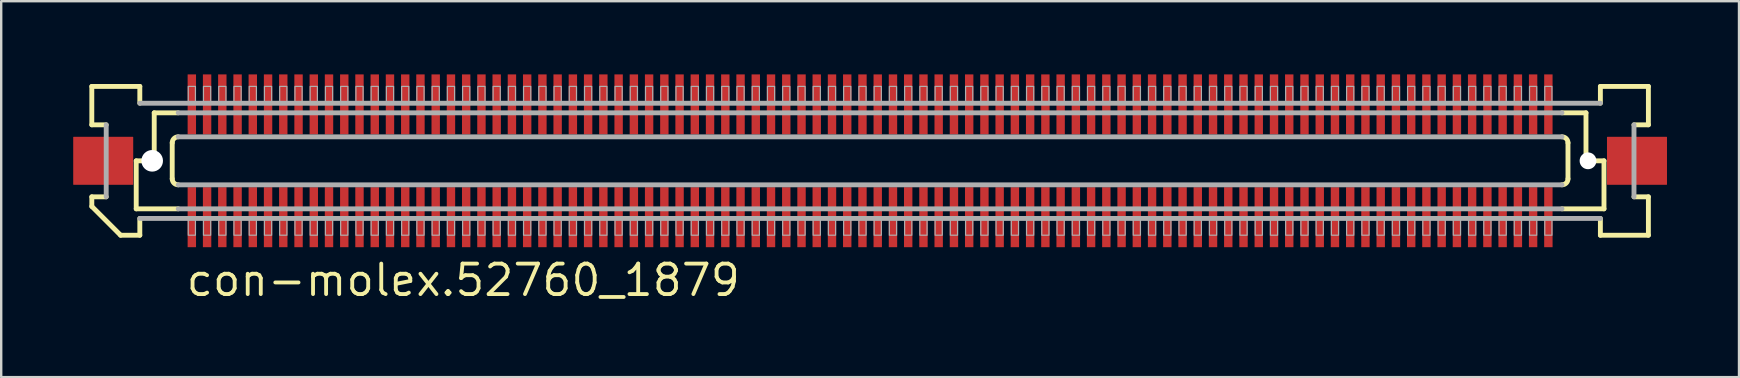
<source format=kicad_pcb>
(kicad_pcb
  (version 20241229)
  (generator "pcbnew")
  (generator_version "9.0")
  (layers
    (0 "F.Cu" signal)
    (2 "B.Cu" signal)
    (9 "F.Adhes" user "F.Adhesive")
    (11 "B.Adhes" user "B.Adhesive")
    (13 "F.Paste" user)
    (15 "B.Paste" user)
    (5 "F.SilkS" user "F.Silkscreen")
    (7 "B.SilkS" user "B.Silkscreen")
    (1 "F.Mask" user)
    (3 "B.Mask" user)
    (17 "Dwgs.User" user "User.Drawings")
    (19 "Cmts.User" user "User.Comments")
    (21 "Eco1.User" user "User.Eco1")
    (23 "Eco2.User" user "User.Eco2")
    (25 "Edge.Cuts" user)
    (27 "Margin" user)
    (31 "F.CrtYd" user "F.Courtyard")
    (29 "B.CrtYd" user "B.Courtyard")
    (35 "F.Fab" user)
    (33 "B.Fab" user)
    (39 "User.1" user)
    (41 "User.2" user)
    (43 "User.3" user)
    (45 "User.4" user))
  (footprint "con-molex.52760_1879"
    (layer "F.Cu")
    (at 33.2 3.65)
    (property "Reference" "con-molex.52760_1879" (at -28.575 5.715 0) (layer "F.SilkS") (effects (font (size 1.27 1.27) (thickness 0.16)) (justify left bottom)))
    (attr smd)
    (fp_rect (start -28.457 -1.075) (end -28.058 -3.625) (stroke (width 0.05) (type default)) (fill yes) (layer "F.Mask"))
    (fp_rect (start -28.457 3.625) (end -28.058 1.075) (stroke (width 0.05) (type default)) (fill yes) (layer "F.Mask"))
    (fp_rect (start -27.823 -1.075) (end -27.422 -3.625) (stroke (width 0.05) (type default)) (fill yes) (layer "F.Mask"))
    (fp_rect (start -27.823 3.625) (end -27.422 1.075) (stroke (width 0.05) (type default)) (fill yes) (layer "F.Mask"))
    (fp_rect (start -27.188 -1.075) (end -26.788 -3.625) (stroke (width 0.05) (type default)) (fill yes) (layer "F.Mask"))
    (fp_rect (start -27.188 3.625) (end -26.788 1.075) (stroke (width 0.05) (type default)) (fill yes) (layer "F.Mask"))
    (fp_rect (start -26.552 -1.075) (end -26.152 -3.625) (stroke (width 0.05) (type default)) (fill yes) (layer "F.Mask"))
    (fp_rect (start -26.552 3.625) (end -26.152 1.075) (stroke (width 0.05) (type default)) (fill yes) (layer "F.Mask"))
    (fp_rect (start -25.918 -1.075) (end -25.517 -3.625) (stroke (width 0.05) (type default)) (fill yes) (layer "F.Mask"))
    (fp_rect (start -25.918 3.625) (end -25.517 1.075) (stroke (width 0.05) (type default)) (fill yes) (layer "F.Mask"))
    (fp_rect (start -25.282 -1.075) (end -24.883 -3.625) (stroke (width 0.05) (type default)) (fill yes) (layer "F.Mask"))
    (fp_rect (start -25.282 3.625) (end -24.883 1.075) (stroke (width 0.05) (type default)) (fill yes) (layer "F.Mask"))
    (fp_rect (start -24.648 -1.075) (end -24.247 -3.625) (stroke (width 0.05) (type default)) (fill yes) (layer "F.Mask"))
    (fp_rect (start -24.648 3.625) (end -24.247 1.075) (stroke (width 0.05) (type default)) (fill yes) (layer "F.Mask"))
    (fp_rect (start -24.012 -1.075) (end -23.613 -3.625) (stroke (width 0.05) (type default)) (fill yes) (layer "F.Mask"))
    (fp_rect (start -24.012 3.625) (end -23.613 1.075) (stroke (width 0.05) (type default)) (fill yes) (layer "F.Mask"))
    (fp_rect (start -23.378 -1.075) (end -22.977 -3.625) (stroke (width 0.05) (type default)) (fill yes) (layer "F.Mask"))
    (fp_rect (start -23.378 3.625) (end -22.977 1.075) (stroke (width 0.05) (type default)) (fill yes) (layer "F.Mask"))
    (fp_rect (start -22.742 -1.075) (end -22.343 -3.625) (stroke (width 0.05) (type default)) (fill yes) (layer "F.Mask"))
    (fp_rect (start -22.742 3.625) (end -22.343 1.075) (stroke (width 0.05) (type default)) (fill yes) (layer "F.Mask"))
    (fp_rect (start -22.108 -1.075) (end -21.707 -3.625) (stroke (width 0.05) (type default)) (fill yes) (layer "F.Mask"))
    (fp_rect (start -22.108 3.625) (end -21.707 1.075) (stroke (width 0.05) (type default)) (fill yes) (layer "F.Mask"))
    (fp_rect (start -21.473 -1.075) (end -21.073 -3.625) (stroke (width 0.05) (type default)) (fill yes) (layer "F.Mask"))
    (fp_rect (start -21.473 3.625) (end -21.073 1.075) (stroke (width 0.05) (type default)) (fill yes) (layer "F.Mask"))
    (fp_rect (start -20.837 -1.075) (end -20.438 -3.625) (stroke (width 0.05) (type default)) (fill yes) (layer "F.Mask"))
    (fp_rect (start -20.837 3.625) (end -20.438 1.075) (stroke (width 0.05) (type default)) (fill yes) (layer "F.Mask"))
    (fp_rect (start -20.203 -1.075) (end -19.802 -3.625) (stroke (width 0.05) (type default)) (fill yes) (layer "F.Mask"))
    (fp_rect (start -20.203 3.625) (end -19.802 1.075) (stroke (width 0.05) (type default)) (fill yes) (layer "F.Mask"))
    (fp_rect (start -19.567 -1.075) (end -19.168 -3.625) (stroke (width 0.05) (type default)) (fill yes) (layer "F.Mask"))
    (fp_rect (start -19.567 3.625) (end -19.168 1.075) (stroke (width 0.05) (type default)) (fill yes) (layer "F.Mask"))
    (fp_rect (start -18.933 -1.075) (end -18.532 -3.625) (stroke (width 0.05) (type default)) (fill yes) (layer "F.Mask"))
    (fp_rect (start -18.933 3.625) (end -18.532 1.075) (stroke (width 0.05) (type default)) (fill yes) (layer "F.Mask"))
    (fp_rect (start -18.297 -1.075) (end -17.898 -3.625) (stroke (width 0.05) (type default)) (fill yes) (layer "F.Mask"))
    (fp_rect (start -18.297 3.625) (end -17.898 1.075) (stroke (width 0.05) (type default)) (fill yes) (layer "F.Mask"))
    (fp_rect (start -17.663 -1.075) (end -17.262 -3.625) (stroke (width 0.05) (type default)) (fill yes) (layer "F.Mask"))
    (fp_rect (start -17.663 3.625) (end -17.262 1.075) (stroke (width 0.05) (type default)) (fill yes) (layer "F.Mask"))
    (fp_rect (start -17.027 -1.075) (end -16.628 -3.625) (stroke (width 0.05) (type default)) (fill yes) (layer "F.Mask"))
    (fp_rect (start -17.027 3.625) (end -16.628 1.075) (stroke (width 0.05) (type default)) (fill yes) (layer "F.Mask"))
    (fp_rect (start -16.392 -1.075) (end -15.992 -3.625) (stroke (width 0.05) (type default)) (fill yes) (layer "F.Mask"))
    (fp_rect (start -16.392 3.625) (end -15.992 1.075) (stroke (width 0.05) (type default)) (fill yes) (layer "F.Mask"))
    (fp_rect (start -15.758 -1.075) (end -15.357 -3.625) (stroke (width 0.05) (type default)) (fill yes) (layer "F.Mask"))
    (fp_rect (start -15.758 3.625) (end -15.357 1.075) (stroke (width 0.05) (type default)) (fill yes) (layer "F.Mask"))
    (fp_rect (start -15.123 -1.075) (end -14.723 -3.625) (stroke (width 0.05) (type default)) (fill yes) (layer "F.Mask"))
    (fp_rect (start -15.123 3.625) (end -14.723 1.075) (stroke (width 0.05) (type default)) (fill yes) (layer "F.Mask"))
    (fp_rect (start -14.488 -1.075) (end -14.088 -3.625) (stroke (width 0.05) (type default)) (fill yes) (layer "F.Mask"))
    (fp_rect (start -14.488 3.625) (end -14.088 1.075) (stroke (width 0.05) (type default)) (fill yes) (layer "F.Mask"))
    (fp_rect (start -13.852 -1.075) (end -13.453 -3.625) (stroke (width 0.05) (type default)) (fill yes) (layer "F.Mask"))
    (fp_rect (start -13.852 3.625) (end -13.453 1.075) (stroke (width 0.05) (type default)) (fill yes) (layer "F.Mask"))
    (fp_rect (start -13.217 -1.075) (end -12.818 -3.625) (stroke (width 0.05) (type default)) (fill yes) (layer "F.Mask"))
    (fp_rect (start -13.217 3.625) (end -12.818 1.075) (stroke (width 0.05) (type default)) (fill yes) (layer "F.Mask"))
    (fp_rect (start -12.582 -1.075) (end -12.182 -3.625) (stroke (width 0.05) (type default)) (fill yes) (layer "F.Mask"))
    (fp_rect (start -12.582 3.625) (end -12.182 1.075) (stroke (width 0.05) (type default)) (fill yes) (layer "F.Mask"))
    (fp_rect (start -11.947 -1.075) (end -11.547 -3.625) (stroke (width 0.05) (type default)) (fill yes) (layer "F.Mask"))
    (fp_rect (start -11.947 3.625) (end -11.547 1.075) (stroke (width 0.05) (type default)) (fill yes) (layer "F.Mask"))
    (fp_rect (start -11.312 -1.075) (end -10.912 -3.625) (stroke (width 0.05) (type default)) (fill yes) (layer "F.Mask"))
    (fp_rect (start -11.312 3.625) (end -10.912 1.075) (stroke (width 0.05) (type default)) (fill yes) (layer "F.Mask"))
    (fp_rect (start -10.678 -1.075) (end -10.277 -3.625) (stroke (width 0.05) (type default)) (fill yes) (layer "F.Mask"))
    (fp_rect (start -10.678 3.625) (end -10.277 1.075) (stroke (width 0.05) (type default)) (fill yes) (layer "F.Mask"))
    (fp_rect (start -10.043 -1.075) (end -9.643 -3.625) (stroke (width 0.05) (type default)) (fill yes) (layer "F.Mask"))
    (fp_rect (start -10.043 3.625) (end -9.643 1.075) (stroke (width 0.05) (type default)) (fill yes) (layer "F.Mask"))
    (fp_rect (start -9.408 -1.075) (end -9.008 -3.625) (stroke (width 0.05) (type default)) (fill yes) (layer "F.Mask"))
    (fp_rect (start -9.408 3.625) (end -9.008 1.075) (stroke (width 0.05) (type default)) (fill yes) (layer "F.Mask"))
    (fp_rect (start -8.773 -1.075) (end -8.373 -3.625) (stroke (width 0.05) (type default)) (fill yes) (layer "F.Mask"))
    (fp_rect (start -8.773 3.625) (end -8.373 1.075) (stroke (width 0.05) (type default)) (fill yes) (layer "F.Mask"))
    (fp_rect (start -8.137 -1.075) (end -7.737 -3.625) (stroke (width 0.05) (type default)) (fill yes) (layer "F.Mask"))
    (fp_rect (start -8.137 3.625) (end -7.737 1.075) (stroke (width 0.05) (type default)) (fill yes) (layer "F.Mask"))
    (fp_rect (start -7.503 -1.075) (end -7.103 -3.625) (stroke (width 0.05) (type default)) (fill yes) (layer "F.Mask"))
    (fp_rect (start -7.503 3.625) (end -7.103 1.075) (stroke (width 0.05) (type default)) (fill yes) (layer "F.Mask"))
    (fp_rect (start -6.867 -1.075) (end -6.468 -3.625) (stroke (width 0.05) (type default)) (fill yes) (layer "F.Mask"))
    (fp_rect (start -6.867 3.625) (end -6.468 1.075) (stroke (width 0.05) (type default)) (fill yes) (layer "F.Mask"))
    (fp_rect (start -6.232 -1.075) (end -5.832 -3.625) (stroke (width 0.05) (type default)) (fill yes) (layer "F.Mask"))
    (fp_rect (start -6.232 3.625) (end -5.832 1.075) (stroke (width 0.05) (type default)) (fill yes) (layer "F.Mask"))
    (fp_rect (start -5.598 -1.075) (end -5.197 -3.625) (stroke (width 0.05) (type default)) (fill yes) (layer "F.Mask"))
    (fp_rect (start -5.598 3.625) (end -5.197 1.075) (stroke (width 0.05) (type default)) (fill yes) (layer "F.Mask"))
    (fp_rect (start -4.963 -1.075) (end -4.562 -3.625) (stroke (width 0.05) (type default)) (fill yes) (layer "F.Mask"))
    (fp_rect (start -4.963 3.625) (end -4.562 1.075) (stroke (width 0.05) (type default)) (fill yes) (layer "F.Mask"))
    (fp_rect (start -4.327 -1.075) (end -3.928 -3.625) (stroke (width 0.05) (type default)) (fill yes) (layer "F.Mask"))
    (fp_rect (start -4.327 3.625) (end -3.928 1.075) (stroke (width 0.05) (type default)) (fill yes) (layer "F.Mask"))
    (fp_rect (start -3.692 -1.075) (end -3.292 -3.625) (stroke (width 0.05) (type default)) (fill yes) (layer "F.Mask"))
    (fp_rect (start -3.692 3.625) (end -3.292 1.075) (stroke (width 0.05) (type default)) (fill yes) (layer "F.Mask"))
    (fp_rect (start -3.058 -1.075) (end -2.658 -3.625) (stroke (width 0.05) (type default)) (fill yes) (layer "F.Mask"))
    (fp_rect (start -3.058 3.625) (end -2.658 1.075) (stroke (width 0.05) (type default)) (fill yes) (layer "F.Mask"))
    (fp_rect (start -2.422 -1.075) (end -2.022 -3.625) (stroke (width 0.05) (type default)) (fill yes) (layer "F.Mask"))
    (fp_rect (start -2.422 3.625) (end -2.022 1.075) (stroke (width 0.05) (type default)) (fill yes) (layer "F.Mask"))
    (fp_rect (start -1.788 -1.075) (end -1.387 -3.625) (stroke (width 0.05) (type default)) (fill yes) (layer "F.Mask"))
    (fp_rect (start -1.788 3.625) (end -1.387 1.075) (stroke (width 0.05) (type default)) (fill yes) (layer "F.Mask"))
    (fp_rect (start -1.153 -1.075) (end -0.752 -3.625) (stroke (width 0.05) (type default)) (fill yes) (layer "F.Mask"))
    (fp_rect (start -1.153 3.625) (end -0.752 1.075) (stroke (width 0.05) (type default)) (fill yes) (layer "F.Mask"))
    (fp_rect (start -0.517 -1.075) (end -0.117 -3.625) (stroke (width 0.05) (type default)) (fill yes) (layer "F.Mask"))
    (fp_rect (start -0.517 3.625) (end -0.117 1.075) (stroke (width 0.05) (type default)) (fill yes) (layer "F.Mask"))
    (fp_rect (start 0.117 -1.075) (end 0.517 -3.625) (stroke (width 0.05) (type default)) (fill yes) (layer "F.Mask"))
    (fp_rect (start 0.117 3.625) (end 0.517 1.075) (stroke (width 0.05) (type default)) (fill yes) (layer "F.Mask"))
    (fp_rect (start 0.752 -1.075) (end 1.153 -3.625) (stroke (width 0.05) (type default)) (fill yes) (layer "F.Mask"))
    (fp_rect (start 0.752 3.625) (end 1.153 1.075) (stroke (width 0.05) (type default)) (fill yes) (layer "F.Mask"))
    (fp_rect (start 1.387 -1.075) (end 1.788 -3.625) (stroke (width 0.05) (type default)) (fill yes) (layer "F.Mask"))
    (fp_rect (start 1.387 3.625) (end 1.788 1.075) (stroke (width 0.05) (type default)) (fill yes) (layer "F.Mask"))
    (fp_rect (start 2.022 -1.075) (end 2.422 -3.625) (stroke (width 0.05) (type default)) (fill yes) (layer "F.Mask"))
    (fp_rect (start 2.022 3.625) (end 2.422 1.075) (stroke (width 0.05) (type default)) (fill yes) (layer "F.Mask"))
    (fp_rect (start 2.658 -1.075) (end 3.058 -3.625) (stroke (width 0.05) (type default)) (fill yes) (layer "F.Mask"))
    (fp_rect (start 2.658 3.625) (end 3.058 1.075) (stroke (width 0.05) (type default)) (fill yes) (layer "F.Mask"))
    (fp_rect (start 3.292 -1.075) (end 3.692 -3.625) (stroke (width 0.05) (type default)) (fill yes) (layer "F.Mask"))
    (fp_rect (start 3.292 3.625) (end 3.692 1.075) (stroke (width 0.05) (type default)) (fill yes) (layer "F.Mask"))
    (fp_rect (start 3.928 -1.075) (end 4.327 -3.625) (stroke (width 0.05) (type default)) (fill yes) (layer "F.Mask"))
    (fp_rect (start 3.928 3.625) (end 4.327 1.075) (stroke (width 0.05) (type default)) (fill yes) (layer "F.Mask"))
    (fp_rect (start 4.562 -1.075) (end 4.963 -3.625) (stroke (width 0.05) (type default)) (fill yes) (layer "F.Mask"))
    (fp_rect (start 4.562 3.625) (end 4.963 1.075) (stroke (width 0.05) (type default)) (fill yes) (layer "F.Mask"))
    (fp_rect (start 5.197 -1.075) (end 5.598 -3.625) (stroke (width 0.05) (type default)) (fill yes) (layer "F.Mask"))
    (fp_rect (start 5.197 3.625) (end 5.598 1.075) (stroke (width 0.05) (type default)) (fill yes) (layer "F.Mask"))
    (fp_rect (start 5.832 -1.075) (end 6.232 -3.625) (stroke (width 0.05) (type default)) (fill yes) (layer "F.Mask"))
    (fp_rect (start 5.832 3.625) (end 6.232 1.075) (stroke (width 0.05) (type default)) (fill yes) (layer "F.Mask"))
    (fp_rect (start 6.468 -1.075) (end 6.867 -3.625) (stroke (width 0.05) (type default)) (fill yes) (layer "F.Mask"))
    (fp_rect (start 6.468 3.625) (end 6.867 1.075) (stroke (width 0.05) (type default)) (fill yes) (layer "F.Mask"))
    (fp_rect (start 7.103 -1.075) (end 7.503 -3.625) (stroke (width 0.05) (type default)) (fill yes) (layer "F.Mask"))
    (fp_rect (start 7.103 3.625) (end 7.503 1.075) (stroke (width 0.05) (type default)) (fill yes) (layer "F.Mask"))
    (fp_rect (start 7.737 -1.075) (end 8.137 -3.625) (stroke (width 0.05) (type default)) (fill yes) (layer "F.Mask"))
    (fp_rect (start 7.737 3.625) (end 8.137 1.075) (stroke (width 0.05) (type default)) (fill yes) (layer "F.Mask"))
    (fp_rect (start 8.373 -1.075) (end 8.773 -3.625) (stroke (width 0.05) (type default)) (fill yes) (layer "F.Mask"))
    (fp_rect (start 8.373 3.625) (end 8.773 1.075) (stroke (width 0.05) (type default)) (fill yes) (layer "F.Mask"))
    (fp_rect (start 9.008 -1.075) (end 9.408 -3.625) (stroke (width 0.05) (type default)) (fill yes) (layer "F.Mask"))
    (fp_rect (start 9.008 3.625) (end 9.408 1.075) (stroke (width 0.05) (type default)) (fill yes) (layer "F.Mask"))
    (fp_rect (start 9.643 -1.075) (end 10.043 -3.625) (stroke (width 0.05) (type default)) (fill yes) (layer "F.Mask"))
    (fp_rect (start 9.643 3.625) (end 10.043 1.075) (stroke (width 0.05) (type default)) (fill yes) (layer "F.Mask"))
    (fp_rect (start 10.277 -1.075) (end 10.678 -3.625) (stroke (width 0.05) (type default)) (fill yes) (layer "F.Mask"))
    (fp_rect (start 10.277 3.625) (end 10.678 1.075) (stroke (width 0.05) (type default)) (fill yes) (layer "F.Mask"))
    (fp_rect (start 10.912 -1.075) (end 11.312 -3.625) (stroke (width 0.05) (type default)) (fill yes) (layer "F.Mask"))
    (fp_rect (start 10.912 3.625) (end 11.312 1.075) (stroke (width 0.05) (type default)) (fill yes) (layer "F.Mask"))
    (fp_rect (start 11.547 -1.075) (end 11.947 -3.625) (stroke (width 0.05) (type default)) (fill yes) (layer "F.Mask"))
    (fp_rect (start 11.547 3.625) (end 11.947 1.075) (stroke (width 0.05) (type default)) (fill yes) (layer "F.Mask"))
    (fp_rect (start 12.182 -1.075) (end 12.582 -3.625) (stroke (width 0.05) (type default)) (fill yes) (layer "F.Mask"))
    (fp_rect (start 12.182 3.625) (end 12.582 1.075) (stroke (width 0.05) (type default)) (fill yes) (layer "F.Mask"))
    (fp_rect (start 12.818 -1.075) (end 13.217 -3.625) (stroke (width 0.05) (type default)) (fill yes) (layer "F.Mask"))
    (fp_rect (start 12.818 3.625) (end 13.217 1.075) (stroke (width 0.05) (type default)) (fill yes) (layer "F.Mask"))
    (fp_rect (start 13.453 -1.075) (end 13.852 -3.625) (stroke (width 0.05) (type default)) (fill yes) (layer "F.Mask"))
    (fp_rect (start 13.453 3.625) (end 13.852 1.075) (stroke (width 0.05) (type default)) (fill yes) (layer "F.Mask"))
    (fp_rect (start 14.088 -1.075) (end 14.488 -3.625) (stroke (width 0.05) (type default)) (fill yes) (layer "F.Mask"))
    (fp_rect (start 14.088 3.625) (end 14.488 1.075) (stroke (width 0.05) (type default)) (fill yes) (layer "F.Mask"))
    (fp_rect (start 14.723 -1.075) (end 15.123 -3.625) (stroke (width 0.05) (type default)) (fill yes) (layer "F.Mask"))
    (fp_rect (start 14.723 3.625) (end 15.123 1.075) (stroke (width 0.05) (type default)) (fill yes) (layer "F.Mask"))
    (fp_rect (start 15.357 -1.075) (end 15.758 -3.625) (stroke (width 0.05) (type default)) (fill yes) (layer "F.Mask"))
    (fp_rect (start 15.357 3.625) (end 15.758 1.075) (stroke (width 0.05) (type default)) (fill yes) (layer "F.Mask"))
    (fp_rect (start 15.992 -1.075) (end 16.392 -3.625) (stroke (width 0.05) (type default)) (fill yes) (layer "F.Mask"))
    (fp_rect (start 15.992 3.625) (end 16.392 1.075) (stroke (width 0.05) (type default)) (fill yes) (layer "F.Mask"))
    (fp_rect (start 16.628 -1.075) (end 17.027 -3.625) (stroke (width 0.05) (type default)) (fill yes) (layer "F.Mask"))
    (fp_rect (start 16.628 3.625) (end 17.027 1.075) (stroke (width 0.05) (type default)) (fill yes) (layer "F.Mask"))
    (fp_rect (start 17.262 -1.075) (end 17.663 -3.625) (stroke (width 0.05) (type default)) (fill yes) (layer "F.Mask"))
    (fp_rect (start 17.262 3.625) (end 17.663 1.075) (stroke (width 0.05) (type default)) (fill yes) (layer "F.Mask"))
    (fp_rect (start 17.898 -1.075) (end 18.297 -3.625) (stroke (width 0.05) (type default)) (fill yes) (layer "F.Mask"))
    (fp_rect (start 17.898 3.625) (end 18.297 1.075) (stroke (width 0.05) (type default)) (fill yes) (layer "F.Mask"))
    (fp_rect (start 18.532 -1.075) (end 18.933 -3.625) (stroke (width 0.05) (type default)) (fill yes) (layer "F.Mask"))
    (fp_rect (start 18.532 3.625) (end 18.933 1.075) (stroke (width 0.05) (type default)) (fill yes) (layer "F.Mask"))
    (fp_rect (start 19.168 -1.075) (end 19.567 -3.625) (stroke (width 0.05) (type default)) (fill yes) (layer "F.Mask"))
    (fp_rect (start 19.168 3.625) (end 19.567 1.075) (stroke (width 0.05) (type default)) (fill yes) (layer "F.Mask"))
    (fp_rect (start 19.802 -1.075) (end 20.203 -3.625) (stroke (width 0.05) (type default)) (fill yes) (layer "F.Mask"))
    (fp_rect (start 19.802 3.625) (end 20.203 1.075) (stroke (width 0.05) (type default)) (fill yes) (layer "F.Mask"))
    (fp_rect (start 20.438 -1.075) (end 20.837 -3.625) (stroke (width 0.05) (type default)) (fill yes) (layer "F.Mask"))
    (fp_rect (start 20.438 3.625) (end 20.837 1.075) (stroke (width 0.05) (type default)) (fill yes) (layer "F.Mask"))
    (fp_rect (start 21.073 -1.075) (end 21.473 -3.625) (stroke (width 0.05) (type default)) (fill yes) (layer "F.Mask"))
    (fp_rect (start 21.073 3.625) (end 21.473 1.075) (stroke (width 0.05) (type default)) (fill yes) (layer "F.Mask"))
    (fp_rect (start 21.707 -1.075) (end 22.108 -3.625) (stroke (width 0.05) (type default)) (fill yes) (layer "F.Mask"))
    (fp_rect (start 21.707 3.625) (end 22.108 1.075) (stroke (width 0.05) (type default)) (fill yes) (layer "F.Mask"))
    (fp_rect (start 22.343 -1.075) (end 22.742 -3.625) (stroke (width 0.05) (type default)) (fill yes) (layer "F.Mask"))
    (fp_rect (start 22.343 3.625) (end 22.742 1.075) (stroke (width 0.05) (type default)) (fill yes) (layer "F.Mask"))
    (fp_rect (start 22.977 -1.075) (end 23.378 -3.625) (stroke (width 0.05) (type default)) (fill yes) (layer "F.Mask"))
    (fp_rect (start 22.977 3.625) (end 23.378 1.075) (stroke (width 0.05) (type default)) (fill yes) (layer "F.Mask"))
    (fp_rect (start 23.613 -1.075) (end 24.012 -3.625) (stroke (width 0.05) (type default)) (fill yes) (layer "F.Mask"))
    (fp_rect (start 23.613 3.625) (end 24.012 1.075) (stroke (width 0.05) (type default)) (fill yes) (layer "F.Mask"))
    (fp_rect (start 24.247 -1.075) (end 24.648 -3.625) (stroke (width 0.05) (type default)) (fill yes) (layer "F.Mask"))
    (fp_rect (start 24.247 3.625) (end 24.648 1.075) (stroke (width 0.05) (type default)) (fill yes) (layer "F.Mask"))
    (fp_rect (start 24.883 -1.075) (end 25.282 -3.625) (stroke (width 0.05) (type default)) (fill yes) (layer "F.Mask"))
    (fp_rect (start 24.883 3.625) (end 25.282 1.075) (stroke (width 0.05) (type default)) (fill yes) (layer "F.Mask"))
    (fp_rect (start 25.517 -1.075) (end 25.918 -3.625) (stroke (width 0.05) (type default)) (fill yes) (layer "F.Mask"))
    (fp_rect (start 25.517 3.625) (end 25.918 1.075) (stroke (width 0.05) (type default)) (fill yes) (layer "F.Mask"))
    (fp_rect (start 26.152 -1.075) (end 26.552 -3.625) (stroke (width 0.05) (type default)) (fill yes) (layer "F.Mask"))
    (fp_rect (start 26.152 3.625) (end 26.552 1.075) (stroke (width 0.05) (type default)) (fill yes) (layer "F.Mask"))
    (fp_rect (start 26.788 -1.075) (end 27.188 -3.625) (stroke (width 0.05) (type default)) (fill yes) (layer "F.Mask"))
    (fp_rect (start 26.788 3.625) (end 27.188 1.075) (stroke (width 0.05) (type default)) (fill yes) (layer "F.Mask"))
    (fp_rect (start 27.422 -1.075) (end 27.823 -3.625) (stroke (width 0.05) (type default)) (fill yes) (layer "F.Mask"))
    (fp_rect (start 27.422 3.625) (end 27.823 1.075) (stroke (width 0.05) (type default)) (fill yes) (layer "F.Mask"))
    (fp_rect (start 28.058 -1.075) (end 28.457 -3.625) (stroke (width 0.05) (type default)) (fill yes) (layer "F.Mask"))
    (fp_rect (start 28.058 3.625) (end 28.457 1.075) (stroke (width 0.05) (type default)) (fill yes) (layer "F.Mask"))
    (fp_line (start -32.425 -3.1) (end -30.425 -3.1) (stroke (width 0.203) (type default)) (layer "F.SilkS"))
    (fp_line (start -32.425 -1.5) (end -32.425 -3.1) (stroke (width 0.203) (type default)) (layer "F.SilkS"))
    (fp_line (start -32.425 1.5) (end -31.825 1.5) (stroke (width 0.203) (type default)) (layer "F.SilkS"))
    (fp_line (start -32.425 1.9) (end -32.425 1.5) (stroke (width 0.203) (type default)) (layer "F.SilkS"))
    (fp_line (start -31.825 -1.5) (end -32.425 -1.5) (stroke (width 0.203) (type default)) (layer "F.SilkS"))
    (fp_line (start -31.225 3.1) (end -32.425 1.9) (stroke (width 0.203) (type default)) (layer "F.SilkS"))
    (fp_line (start -30.575 0) (end -30.575 2) (stroke (width 0.203) (type default)) (layer "F.SilkS"))
    (fp_line (start -30.575 2) (end -28.825 2) (stroke (width 0.203) (type default)) (layer "F.SilkS"))
    (fp_line (start -30.425 -3.1) (end -30.425 -2.4) (stroke (width 0.203) (type default)) (layer "F.SilkS"))
    (fp_line (start -30.425 2.4) (end -30.425 3.1) (stroke (width 0.203) (type default)) (layer "F.SilkS"))
    (fp_line (start -30.425 3.1) (end -31.225 3.1) (stroke (width 0.203) (type default)) (layer "F.SilkS"))
    (fp_line (start -29.825 -2) (end -29.825 0) (stroke (width 0.203) (type default)) (layer "F.SilkS"))
    (fp_line (start -29.825 0) (end -30.575 0) (stroke (width 0.203) (type default)) (layer "F.SilkS"))
    (fp_line (start -29.075 0.75) (end -29.075 -0.75) (stroke (width 0.203) (type default)) (layer "F.SilkS"))
    (fp_line (start -28.825 -2) (end -29.825 -2) (stroke (width 0.203) (type default)) (layer "F.SilkS"))
    (fp_line (start 28.825 2) (end 30.575 2) (stroke (width 0.203) (type default)) (layer "F.SilkS"))
    (fp_line (start 29.075 -0.75) (end 29.075 0.75) (stroke (width 0.203) (type default)) (layer "F.SilkS"))
    (fp_line (start 29.825 -2) (end 28.825 -2) (stroke (width 0.203) (type default)) (layer "F.SilkS"))
    (fp_line (start 29.825 -2) (end 29.825 0) (stroke (width 0.203) (type default)) (layer "F.SilkS"))
    (fp_line (start 30.425 -3.1) (end 32.425 -3.1) (stroke (width 0.203) (type default)) (layer "F.SilkS"))
    (fp_line (start 30.425 -2.4) (end 30.425 -3.1) (stroke (width 0.203) (type default)) (layer "F.SilkS"))
    (fp_line (start 30.425 3.1) (end 30.425 2.4) (stroke (width 0.203) (type default)) (layer "F.SilkS"))
    (fp_line (start 30.575 0) (end 29.825 0) (stroke (width 0.203) (type default)) (layer "F.SilkS"))
    (fp_line (start 30.575 0) (end 30.575 2) (stroke (width 0.203) (type default)) (layer "F.SilkS"))
    (fp_line (start 31.825 1.5) (end 32.425 1.5) (stroke (width 0.203) (type default)) (layer "F.SilkS"))
    (fp_line (start 32.425 -3.1) (end 32.425 -1.5) (stroke (width 0.203) (type default)) (layer "F.SilkS"))
    (fp_line (start 32.425 -1.5) (end 31.825 -1.5) (stroke (width 0.203) (type default)) (layer "F.SilkS"))
    (fp_line (start 32.425 1.5) (end 32.425 3.1) (stroke (width 0.203) (type default)) (layer "F.SilkS"))
    (fp_line (start 32.425 3.1) (end 30.425 3.1) (stroke (width 0.203) (type default)) (layer "F.SilkS"))
    (fp_arc (start -29.075 -0.75) (mid -29.001777 -0.926777) (end -28.825 -1) (stroke (width 0.2032) (type default)) (layer "F.SilkS"))
    (fp_arc (start -28.825 1) (mid -29.001777 0.926777) (end -29.075 0.75) (stroke (width 0.2032) (type default)) (layer "F.SilkS"))
    (fp_arc (start 28.825 -1) (mid 29.001777 -0.926777) (end 29.075 -0.75) (stroke (width 0.2032) (type default)) (layer "F.SilkS"))
    (fp_arc (start 29.075 0.75) (mid 29.001777 0.926777) (end 28.825 1) (stroke (width 0.2032) (type default)) (layer "F.SilkS"))
    (fp_line (start -31.825 1.5) (end -31.825 -1.5) (stroke (width 0.203) (type default)) (layer "F.Fab"))
    (fp_line (start -30.425 -2.4) (end 30.425 -2.4) (stroke (width 0.203) (type default)) (layer "F.Fab"))
    (fp_line (start -28.825 -1) (end 28.825 -1) (stroke (width 0.203) (type default)) (layer "F.Fab"))
    (fp_line (start -28.825 2) (end 28.825 2) (stroke (width 0.203) (type default)) (layer "F.Fab"))
    (fp_line (start 28.825 -2) (end -28.825 -2) (stroke (width 0.203) (type default)) (layer "F.Fab"))
    (fp_line (start 28.825 1) (end -28.825 1) (stroke (width 0.203) (type default)) (layer "F.Fab"))
    (fp_line (start 30.425 2.4) (end -30.425 2.4) (stroke (width 0.203) (type default)) (layer "F.Fab"))
    (fp_line (start 31.825 -1.5) (end 31.825 1.5) (stroke (width 0.203) (type default)) (layer "F.Fab"))
    (fp_rect (start -28.407 -2.375) (end -28.108 -3.1) (stroke (width 0.05) (type default)) (fill no) (layer "F.Fab"))
    (fp_rect (start -28.407 3.1) (end -28.108 2.375) (stroke (width 0.05) (type default)) (fill no) (layer "F.Fab"))
    (fp_rect (start -27.773 -2.375) (end -27.473 -3.1) (stroke (width 0.05) (type default)) (fill no) (layer "F.Fab"))
    (fp_rect (start -27.773 3.1) (end -27.473 2.375) (stroke (width 0.05) (type default)) (fill no) (layer "F.Fab"))
    (fp_rect (start -27.137 -2.375) (end -26.837 -3.1) (stroke (width 0.05) (type default)) (fill no) (layer "F.Fab"))
    (fp_rect (start -27.137 3.1) (end -26.837 2.375) (stroke (width 0.05) (type default)) (fill no) (layer "F.Fab"))
    (fp_rect (start -26.503 -2.375) (end -26.203 -3.1) (stroke (width 0.05) (type default)) (fill no) (layer "F.Fab"))
    (fp_rect (start -26.503 3.1) (end -26.203 2.375) (stroke (width 0.05) (type default)) (fill no) (layer "F.Fab"))
    (fp_rect (start -25.867 -2.375) (end -25.567 -3.1) (stroke (width 0.05) (type default)) (fill no) (layer "F.Fab"))
    (fp_rect (start -25.867 3.1) (end -25.567 2.375) (stroke (width 0.05) (type default)) (fill no) (layer "F.Fab"))
    (fp_rect (start -25.233 -2.375) (end -24.933 -3.1) (stroke (width 0.05) (type default)) (fill no) (layer "F.Fab"))
    (fp_rect (start -25.233 3.1) (end -24.933 2.375) (stroke (width 0.05) (type default)) (fill no) (layer "F.Fab"))
    (fp_rect (start -24.598 -2.375) (end -24.297 -3.1) (stroke (width 0.05) (type default)) (fill no) (layer "F.Fab"))
    (fp_rect (start -24.598 3.1) (end -24.297 2.375) (stroke (width 0.05) (type default)) (fill no) (layer "F.Fab"))
    (fp_rect (start -23.962 -2.375) (end -23.663 -3.1) (stroke (width 0.05) (type default)) (fill no) (layer "F.Fab"))
    (fp_rect (start -23.962 3.1) (end -23.663 2.375) (stroke (width 0.05) (type default)) (fill no) (layer "F.Fab"))
    (fp_rect (start -23.328 -2.375) (end -23.027 -3.1) (stroke (width 0.05) (type default)) (fill no) (layer "F.Fab"))
    (fp_rect (start -23.328 3.1) (end -23.027 2.375) (stroke (width 0.05) (type default)) (fill no) (layer "F.Fab"))
    (fp_rect (start -22.692 -2.375) (end -22.392 -3.1) (stroke (width 0.05) (type default)) (fill no) (layer "F.Fab"))
    (fp_rect (start -22.692 3.1) (end -22.392 2.375) (stroke (width 0.05) (type default)) (fill no) (layer "F.Fab"))
    (fp_rect (start -22.058 -2.375) (end -21.758 -3.1) (stroke (width 0.05) (type default)) (fill no) (layer "F.Fab"))
    (fp_rect (start -22.058 3.1) (end -21.758 2.375) (stroke (width 0.05) (type default)) (fill no) (layer "F.Fab"))
    (fp_rect (start -21.422 -2.375) (end -21.122 -3.1) (stroke (width 0.05) (type default)) (fill no) (layer "F.Fab"))
    (fp_rect (start -21.422 3.1) (end -21.122 2.375) (stroke (width 0.05) (type default)) (fill no) (layer "F.Fab"))
    (fp_rect (start -20.788 -2.375) (end -20.488 -3.1) (stroke (width 0.05) (type default)) (fill no) (layer "F.Fab"))
    (fp_rect (start -20.788 3.1) (end -20.488 2.375) (stroke (width 0.05) (type default)) (fill no) (layer "F.Fab"))
    (fp_rect (start -20.152 -2.375) (end -19.852 -3.1) (stroke (width 0.05) (type default)) (fill no) (layer "F.Fab"))
    (fp_rect (start -20.152 3.1) (end -19.852 2.375) (stroke (width 0.05) (type default)) (fill no) (layer "F.Fab"))
    (fp_rect (start -19.517 -2.375) (end -19.218 -3.1) (stroke (width 0.05) (type default)) (fill no) (layer "F.Fab"))
    (fp_rect (start -19.517 3.1) (end -19.218 2.375) (stroke (width 0.05) (type default)) (fill no) (layer "F.Fab"))
    (fp_rect (start -18.883 -2.375) (end -18.582 -3.1) (stroke (width 0.05) (type default)) (fill no) (layer "F.Fab"))
    (fp_rect (start -18.883 3.1) (end -18.582 2.375) (stroke (width 0.05) (type default)) (fill no) (layer "F.Fab"))
    (fp_rect (start -18.247 -2.375) (end -17.948 -3.1) (stroke (width 0.05) (type default)) (fill no) (layer "F.Fab"))
    (fp_rect (start -18.247 3.1) (end -17.948 2.375) (stroke (width 0.05) (type default)) (fill no) (layer "F.Fab"))
    (fp_rect (start -17.613 -2.375) (end -17.312 -3.1) (stroke (width 0.05) (type default)) (fill no) (layer "F.Fab"))
    (fp_rect (start -17.613 3.1) (end -17.312 2.375) (stroke (width 0.05) (type default)) (fill no) (layer "F.Fab"))
    (fp_rect (start -16.977 -2.375) (end -16.677 -3.1) (stroke (width 0.05) (type default)) (fill no) (layer "F.Fab"))
    (fp_rect (start -16.977 3.1) (end -16.677 2.375) (stroke (width 0.05) (type default)) (fill no) (layer "F.Fab"))
    (fp_rect (start -16.343 -2.375) (end -16.043 -3.1) (stroke (width 0.05) (type default)) (fill no) (layer "F.Fab"))
    (fp_rect (start -16.343 3.1) (end -16.043 2.375) (stroke (width 0.05) (type default)) (fill no) (layer "F.Fab"))
    (fp_rect (start -15.707 -2.375) (end -15.408 -3.1) (stroke (width 0.05) (type default)) (fill no) (layer "F.Fab"))
    (fp_rect (start -15.707 3.1) (end -15.408 2.375) (stroke (width 0.05) (type default)) (fill no) (layer "F.Fab"))
    (fp_rect (start -15.072 -2.375) (end -14.773 -3.1) (stroke (width 0.05) (type default)) (fill no) (layer "F.Fab"))
    (fp_rect (start -15.072 3.1) (end -14.773 2.375) (stroke (width 0.05) (type default)) (fill no) (layer "F.Fab"))
    (fp_rect (start -14.438 -2.375) (end -14.137 -3.1) (stroke (width 0.05) (type default)) (fill no) (layer "F.Fab"))
    (fp_rect (start -14.438 3.1) (end -14.137 2.375) (stroke (width 0.05) (type default)) (fill no) (layer "F.Fab"))
    (fp_rect (start -13.803 -2.375) (end -13.502 -3.1) (stroke (width 0.05) (type default)) (fill no) (layer "F.Fab"))
    (fp_rect (start -13.803 3.1) (end -13.502 2.375) (stroke (width 0.05) (type default)) (fill no) (layer "F.Fab"))
    (fp_rect (start -13.168 -2.375) (end -12.867 -3.1) (stroke (width 0.05) (type default)) (fill no) (layer "F.Fab"))
    (fp_rect (start -13.168 3.1) (end -12.867 2.375) (stroke (width 0.05) (type default)) (fill no) (layer "F.Fab"))
    (fp_rect (start -12.533 -2.375) (end -12.232 -3.1) (stroke (width 0.05) (type default)) (fill no) (layer "F.Fab"))
    (fp_rect (start -12.533 3.1) (end -12.232 2.375) (stroke (width 0.05) (type default)) (fill no) (layer "F.Fab"))
    (fp_rect (start -11.898 -2.375) (end -11.598 -3.1) (stroke (width 0.05) (type default)) (fill no) (layer "F.Fab"))
    (fp_rect (start -11.898 3.1) (end -11.598 2.375) (stroke (width 0.05) (type default)) (fill no) (layer "F.Fab"))
    (fp_rect (start -11.262 -2.375) (end -10.963 -3.1) (stroke (width 0.05) (type default)) (fill no) (layer "F.Fab"))
    (fp_rect (start -11.262 3.1) (end -10.963 2.375) (stroke (width 0.05) (type default)) (fill no) (layer "F.Fab"))
    (fp_rect (start -10.627 -2.375) (end -10.328 -3.1) (stroke (width 0.05) (type default)) (fill no) (layer "F.Fab"))
    (fp_rect (start -10.627 3.1) (end -10.328 2.375) (stroke (width 0.05) (type default)) (fill no) (layer "F.Fab"))
    (fp_rect (start -9.992 -2.375) (end -9.693 -3.1) (stroke (width 0.05) (type default)) (fill no) (layer "F.Fab"))
    (fp_rect (start -9.992 3.1) (end -9.693 2.375) (stroke (width 0.05) (type default)) (fill no) (layer "F.Fab"))
    (fp_rect (start -9.357 -2.375) (end -9.057 -3.1) (stroke (width 0.05) (type default)) (fill no) (layer "F.Fab"))
    (fp_rect (start -9.357 3.1) (end -9.057 2.375) (stroke (width 0.05) (type default)) (fill no) (layer "F.Fab"))
    (fp_rect (start -8.723 -2.375) (end -8.422 -3.1) (stroke (width 0.05) (type default)) (fill no) (layer "F.Fab"))
    (fp_rect (start -8.723 3.1) (end -8.422 2.375) (stroke (width 0.05) (type default)) (fill no) (layer "F.Fab"))
    (fp_rect (start -8.088 -2.375) (end -7.787 -3.1) (stroke (width 0.05) (type default)) (fill no) (layer "F.Fab"))
    (fp_rect (start -8.088 3.1) (end -7.787 2.375) (stroke (width 0.05) (type default)) (fill no) (layer "F.Fab"))
    (fp_rect (start -7.452 -2.375) (end -7.152 -3.1) (stroke (width 0.05) (type default)) (fill no) (layer "F.Fab"))
    (fp_rect (start -7.452 3.1) (end -7.152 2.375) (stroke (width 0.05) (type default)) (fill no) (layer "F.Fab"))
    (fp_rect (start -6.817 -2.375) (end -6.518 -3.1) (stroke (width 0.05) (type default)) (fill no) (layer "F.Fab"))
    (fp_rect (start -6.817 3.1) (end -6.518 2.375) (stroke (width 0.05) (type default)) (fill no) (layer "F.Fab"))
    (fp_rect (start -6.183 -2.375) (end -5.883 -3.1) (stroke (width 0.05) (type default)) (fill no) (layer "F.Fab"))
    (fp_rect (start -6.183 3.1) (end -5.883 2.375) (stroke (width 0.05) (type default)) (fill no) (layer "F.Fab"))
    (fp_rect (start -5.548 -2.375) (end -5.247 -3.1) (stroke (width 0.05) (type default)) (fill no) (layer "F.Fab"))
    (fp_rect (start -5.548 3.1) (end -5.247 2.375) (stroke (width 0.05) (type default)) (fill no) (layer "F.Fab"))
    (fp_rect (start -4.912 -2.375) (end -4.612 -3.1) (stroke (width 0.05) (type default)) (fill no) (layer "F.Fab"))
    (fp_rect (start -4.912 3.1) (end -4.612 2.375) (stroke (width 0.05) (type default)) (fill no) (layer "F.Fab"))
    (fp_rect (start -4.277 -2.375) (end -3.978 -3.1) (stroke (width 0.05) (type default)) (fill no) (layer "F.Fab"))
    (fp_rect (start -4.277 3.1) (end -3.978 2.375) (stroke (width 0.05) (type default)) (fill no) (layer "F.Fab"))
    (fp_rect (start -3.643 -2.375) (end -3.342 -3.1) (stroke (width 0.05) (type default)) (fill no) (layer "F.Fab"))
    (fp_rect (start -3.643 3.1) (end -3.342 2.375) (stroke (width 0.05) (type default)) (fill no) (layer "F.Fab"))
    (fp_rect (start -3.007 -2.375) (end -2.708 -3.1) (stroke (width 0.05) (type default)) (fill no) (layer "F.Fab"))
    (fp_rect (start -3.007 3.1) (end -2.708 2.375) (stroke (width 0.05) (type default)) (fill no) (layer "F.Fab"))
    (fp_rect (start -2.373 -2.375) (end -2.072 -3.1) (stroke (width 0.05) (type default)) (fill no) (layer "F.Fab"))
    (fp_rect (start -2.373 3.1) (end -2.072 2.375) (stroke (width 0.05) (type default)) (fill no) (layer "F.Fab"))
    (fp_rect (start -1.738 -2.375) (end -1.438 -3.1) (stroke (width 0.05) (type default)) (fill no) (layer "F.Fab"))
    (fp_rect (start -1.738 3.1) (end -1.438 2.375) (stroke (width 0.05) (type default)) (fill no) (layer "F.Fab"))
    (fp_rect (start -1.103 -2.375) (end -0.802 -3.1) (stroke (width 0.05) (type default)) (fill no) (layer "F.Fab"))
    (fp_rect (start -1.103 3.1) (end -0.802 2.375) (stroke (width 0.05) (type default)) (fill no) (layer "F.Fab"))
    (fp_rect (start -0.468 -2.375) (end -0.168 -3.1) (stroke (width 0.05) (type default)) (fill no) (layer "F.Fab"))
    (fp_rect (start -0.468 3.1) (end -0.168 2.375) (stroke (width 0.05) (type default)) (fill no) (layer "F.Fab"))
    (fp_rect (start 0.168 -2.375) (end 0.468 -3.1) (stroke (width 0.05) (type default)) (fill no) (layer "F.Fab"))
    (fp_rect (start 0.168 3.1) (end 0.468 2.375) (stroke (width 0.05) (type default)) (fill no) (layer "F.Fab"))
    (fp_rect (start 0.802 -2.375) (end 1.103 -3.1) (stroke (width 0.05) (type default)) (fill no) (layer "F.Fab"))
    (fp_rect (start 0.802 3.1) (end 1.103 2.375) (stroke (width 0.05) (type default)) (fill no) (layer "F.Fab"))
    (fp_rect (start 1.438 -2.375) (end 1.738 -3.1) (stroke (width 0.05) (type default)) (fill no) (layer "F.Fab"))
    (fp_rect (start 1.438 3.1) (end 1.738 2.375) (stroke (width 0.05) (type default)) (fill no) (layer "F.Fab"))
    (fp_rect (start 2.072 -2.375) (end 2.373 -3.1) (stroke (width 0.05) (type default)) (fill no) (layer "F.Fab"))
    (fp_rect (start 2.072 3.1) (end 2.373 2.375) (stroke (width 0.05) (type default)) (fill no) (layer "F.Fab"))
    (fp_rect (start 2.708 -2.375) (end 3.007 -3.1) (stroke (width 0.05) (type default)) (fill no) (layer "F.Fab"))
    (fp_rect (start 2.708 3.1) (end 3.007 2.375) (stroke (width 0.05) (type default)) (fill no) (layer "F.Fab"))
    (fp_rect (start 3.342 -2.375) (end 3.643 -3.1) (stroke (width 0.05) (type default)) (fill no) (layer "F.Fab"))
    (fp_rect (start 3.342 3.1) (end 3.643 2.375) (stroke (width 0.05) (type default)) (fill no) (layer "F.Fab"))
    (fp_rect (start 3.978 -2.375) (end 4.277 -3.1) (stroke (width 0.05) (type default)) (fill no) (layer "F.Fab"))
    (fp_rect (start 3.978 3.1) (end 4.277 2.375) (stroke (width 0.05) (type default)) (fill no) (layer "F.Fab"))
    (fp_rect (start 4.612 -2.375) (end 4.912 -3.1) (stroke (width 0.05) (type default)) (fill no) (layer "F.Fab"))
    (fp_rect (start 4.612 3.1) (end 4.912 2.375) (stroke (width 0.05) (type default)) (fill no) (layer "F.Fab"))
    (fp_rect (start 5.247 -2.375) (end 5.548 -3.1) (stroke (width 0.05) (type default)) (fill no) (layer "F.Fab"))
    (fp_rect (start 5.247 3.1) (end 5.548 2.375) (stroke (width 0.05) (type default)) (fill no) (layer "F.Fab"))
    (fp_rect (start 5.883 -2.375) (end 6.183 -3.1) (stroke (width 0.05) (type default)) (fill no) (layer "F.Fab"))
    (fp_rect (start 5.883 3.1) (end 6.183 2.375) (stroke (width 0.05) (type default)) (fill no) (layer "F.Fab"))
    (fp_rect (start 6.518 -2.375) (end 6.817 -3.1) (stroke (width 0.05) (type default)) (fill no) (layer "F.Fab"))
    (fp_rect (start 6.518 3.1) (end 6.817 2.375) (stroke (width 0.05) (type default)) (fill no) (layer "F.Fab"))
    (fp_rect (start 7.152 -2.375) (end 7.452 -3.1) (stroke (width 0.05) (type default)) (fill no) (layer "F.Fab"))
    (fp_rect (start 7.152 3.1) (end 7.452 2.375) (stroke (width 0.05) (type default)) (fill no) (layer "F.Fab"))
    (fp_rect (start 7.787 -2.375) (end 8.088 -3.1) (stroke (width 0.05) (type default)) (fill no) (layer "F.Fab"))
    (fp_rect (start 7.787 3.1) (end 8.088 2.375) (stroke (width 0.05) (type default)) (fill no) (layer "F.Fab"))
    (fp_rect (start 8.422 -2.375) (end 8.723 -3.1) (stroke (width 0.05) (type default)) (fill no) (layer "F.Fab"))
    (fp_rect (start 8.422 3.1) (end 8.723 2.375) (stroke (width 0.05) (type default)) (fill no) (layer "F.Fab"))
    (fp_rect (start 9.057 -2.375) (end 9.357 -3.1) (stroke (width 0.05) (type default)) (fill no) (layer "F.Fab"))
    (fp_rect (start 9.057 3.1) (end 9.357 2.375) (stroke (width 0.05) (type default)) (fill no) (layer "F.Fab"))
    (fp_rect (start 9.693 -2.375) (end 9.992 -3.1) (stroke (width 0.05) (type default)) (fill no) (layer "F.Fab"))
    (fp_rect (start 9.693 3.1) (end 9.992 2.375) (stroke (width 0.05) (type default)) (fill no) (layer "F.Fab"))
    (fp_rect (start 10.328 -2.375) (end 10.627 -3.1) (stroke (width 0.05) (type default)) (fill no) (layer "F.Fab"))
    (fp_rect (start 10.328 3.1) (end 10.627 2.375) (stroke (width 0.05) (type default)) (fill no) (layer "F.Fab"))
    (fp_rect (start 10.963 -2.375) (end 11.262 -3.1) (stroke (width 0.05) (type default)) (fill no) (layer "F.Fab"))
    (fp_rect (start 10.963 3.1) (end 11.262 2.375) (stroke (width 0.05) (type default)) (fill no) (layer "F.Fab"))
    (fp_rect (start 11.598 -2.375) (end 11.898 -3.1) (stroke (width 0.05) (type default)) (fill no) (layer "F.Fab"))
    (fp_rect (start 11.598 3.1) (end 11.898 2.375) (stroke (width 0.05) (type default)) (fill no) (layer "F.Fab"))
    (fp_rect (start 12.232 -2.375) (end 12.533 -3.1) (stroke (width 0.05) (type default)) (fill no) (layer "F.Fab"))
    (fp_rect (start 12.232 3.1) (end 12.533 2.375) (stroke (width 0.05) (type default)) (fill no) (layer "F.Fab"))
    (fp_rect (start 12.867 -2.375) (end 13.168 -3.1) (stroke (width 0.05) (type default)) (fill no) (layer "F.Fab"))
    (fp_rect (start 12.867 3.1) (end 13.168 2.375) (stroke (width 0.05) (type default)) (fill no) (layer "F.Fab"))
    (fp_rect (start 13.502 -2.375) (end 13.803 -3.1) (stroke (width 0.05) (type default)) (fill no) (layer "F.Fab"))
    (fp_rect (start 13.502 3.1) (end 13.803 2.375) (stroke (width 0.05) (type default)) (fill no) (layer "F.Fab"))
    (fp_rect (start 14.137 -2.375) (end 14.438 -3.1) (stroke (width 0.05) (type default)) (fill no) (layer "F.Fab"))
    (fp_rect (start 14.137 3.1) (end 14.438 2.375) (stroke (width 0.05) (type default)) (fill no) (layer "F.Fab"))
    (fp_rect (start 14.773 -2.375) (end 15.072 -3.1) (stroke (width 0.05) (type default)) (fill no) (layer "F.Fab"))
    (fp_rect (start 14.773 3.1) (end 15.072 2.375) (stroke (width 0.05) (type default)) (fill no) (layer "F.Fab"))
    (fp_rect (start 15.408 -2.375) (end 15.707 -3.1) (stroke (width 0.05) (type default)) (fill no) (layer "F.Fab"))
    (fp_rect (start 15.408 3.1) (end 15.707 2.375) (stroke (width 0.05) (type default)) (fill no) (layer "F.Fab"))
    (fp_rect (start 16.043 -2.375) (end 16.343 -3.1) (stroke (width 0.05) (type default)) (fill no) (layer "F.Fab"))
    (fp_rect (start 16.043 3.1) (end 16.343 2.375) (stroke (width 0.05) (type default)) (fill no) (layer "F.Fab"))
    (fp_rect (start 16.677 -2.375) (end 16.977 -3.1) (stroke (width 0.05) (type default)) (fill no) (layer "F.Fab"))
    (fp_rect (start 16.677 3.1) (end 16.977 2.375) (stroke (width 0.05) (type default)) (fill no) (layer "F.Fab"))
    (fp_rect (start 17.312 -2.375) (end 17.613 -3.1) (stroke (width 0.05) (type default)) (fill no) (layer "F.Fab"))
    (fp_rect (start 17.312 3.1) (end 17.613 2.375) (stroke (width 0.05) (type default)) (fill no) (layer "F.Fab"))
    (fp_rect (start 17.948 -2.375) (end 18.247 -3.1) (stroke (width 0.05) (type default)) (fill no) (layer "F.Fab"))
    (fp_rect (start 17.948 3.1) (end 18.247 2.375) (stroke (width 0.05) (type default)) (fill no) (layer "F.Fab"))
    (fp_rect (start 18.582 -2.375) (end 18.883 -3.1) (stroke (width 0.05) (type default)) (fill no) (layer "F.Fab"))
    (fp_rect (start 18.582 3.1) (end 18.883 2.375) (stroke (width 0.05) (type default)) (fill no) (layer "F.Fab"))
    (fp_rect (start 19.218 -2.375) (end 19.517 -3.1) (stroke (width 0.05) (type default)) (fill no) (layer "F.Fab"))
    (fp_rect (start 19.218 3.1) (end 19.517 2.375) (stroke (width 0.05) (type default)) (fill no) (layer "F.Fab"))
    (fp_rect (start 19.852 -2.375) (end 20.152 -3.1) (stroke (width 0.05) (type default)) (fill no) (layer "F.Fab"))
    (fp_rect (start 19.852 3.1) (end 20.152 2.375) (stroke (width 0.05) (type default)) (fill no) (layer "F.Fab"))
    (fp_rect (start 20.488 -2.375) (end 20.788 -3.1) (stroke (width 0.05) (type default)) (fill no) (layer "F.Fab"))
    (fp_rect (start 20.488 3.1) (end 20.788 2.375) (stroke (width 0.05) (type default)) (fill no) (layer "F.Fab"))
    (fp_rect (start 21.122 -2.375) (end 21.422 -3.1) (stroke (width 0.05) (type default)) (fill no) (layer "F.Fab"))
    (fp_rect (start 21.122 3.1) (end 21.422 2.375) (stroke (width 0.05) (type default)) (fill no) (layer "F.Fab"))
    (fp_rect (start 21.758 -2.375) (end 22.058 -3.1) (stroke (width 0.05) (type default)) (fill no) (layer "F.Fab"))
    (fp_rect (start 21.758 3.1) (end 22.058 2.375) (stroke (width 0.05) (type default)) (fill no) (layer "F.Fab"))
    (fp_rect (start 22.392 -2.375) (end 22.692 -3.1) (stroke (width 0.05) (type default)) (fill no) (layer "F.Fab"))
    (fp_rect (start 22.392 3.1) (end 22.692 2.375) (stroke (width 0.05) (type default)) (fill no) (layer "F.Fab"))
    (fp_rect (start 23.027 -2.375) (end 23.328 -3.1) (stroke (width 0.05) (type default)) (fill no) (layer "F.Fab"))
    (fp_rect (start 23.027 3.1) (end 23.328 2.375) (stroke (width 0.05) (type default)) (fill no) (layer "F.Fab"))
    (fp_rect (start 23.663 -2.375) (end 23.962 -3.1) (stroke (width 0.05) (type default)) (fill no) (layer "F.Fab"))
    (fp_rect (start 23.663 3.1) (end 23.962 2.375) (stroke (width 0.05) (type default)) (fill no) (layer "F.Fab"))
    (fp_rect (start 24.297 -2.375) (end 24.598 -3.1) (stroke (width 0.05) (type default)) (fill no) (layer "F.Fab"))
    (fp_rect (start 24.297 3.1) (end 24.598 2.375) (stroke (width 0.05) (type default)) (fill no) (layer "F.Fab"))
    (fp_rect (start 24.933 -2.375) (end 25.233 -3.1) (stroke (width 0.05) (type default)) (fill no) (layer "F.Fab"))
    (fp_rect (start 24.933 3.1) (end 25.233 2.375) (stroke (width 0.05) (type default)) (fill no) (layer "F.Fab"))
    (fp_rect (start 25.567 -2.375) (end 25.867 -3.1) (stroke (width 0.05) (type default)) (fill no) (layer "F.Fab"))
    (fp_rect (start 25.567 3.1) (end 25.867 2.375) (stroke (width 0.05) (type default)) (fill no) (layer "F.Fab"))
    (fp_rect (start 26.203 -2.375) (end 26.503 -3.1) (stroke (width 0.05) (type default)) (fill no) (layer "F.Fab"))
    (fp_rect (start 26.203 3.1) (end 26.503 2.375) (stroke (width 0.05) (type default)) (fill no) (layer "F.Fab"))
    (fp_rect (start 26.837 -2.375) (end 27.137 -3.1) (stroke (width 0.05) (type default)) (fill no) (layer "F.Fab"))
    (fp_rect (start 26.837 3.1) (end 27.137 2.375) (stroke (width 0.05) (type default)) (fill no) (layer "F.Fab"))
    (fp_rect (start 27.473 -2.375) (end 27.773 -3.1) (stroke (width 0.05) (type default)) (fill no) (layer "F.Fab"))
    (fp_rect (start 27.473 3.1) (end 27.773 2.375) (stroke (width 0.05) (type default)) (fill no) (layer "F.Fab"))
    (fp_rect (start 28.108 -2.375) (end 28.407 -3.1) (stroke (width 0.05) (type default)) (fill no) (layer "F.Fab"))
    (fp_rect (start 28.108 3.1) (end 28.407 2.375) (stroke (width 0.05) (type default)) (fill no) (layer "F.Fab"))
    (pad "" np_thru_hole circle (at -29.91 0) (size 0.9 0.9) (drill 0.9) (layers "*.Cu" "*.Mask"))
    (pad "" np_thru_hole circle (at 29.91 0) (size 0.7 0.7) (drill 0.7) (layers "*.Cu" "*.Mask"))
    (pad "1" smd roundrect (at -28.258 2.35) (size 0.35 2.5) (layers "F.Cu" "F.Mask" "F.Paste") (roundrect_rratio 0.01))
    (pad "2" smd roundrect (at -28.258 -2.35 180) (size 0.35 2.5) (layers "F.Cu" "F.Mask" "F.Paste") (roundrect_rratio 0.01))
    (pad "3" smd roundrect (at -27.622 2.35) (size 0.35 2.5) (layers "F.Cu" "F.Mask" "F.Paste") (roundrect_rratio 0.01))
    (pad "4" smd roundrect (at -27.622 -2.35 180) (size 0.35 2.5) (layers "F.Cu" "F.Mask" "F.Paste") (roundrect_rratio 0.01))
    (pad "5" smd roundrect (at -26.988 2.35) (size 0.35 2.5) (layers "F.Cu" "F.Mask" "F.Paste") (roundrect_rratio 0.01))
    (pad "6" smd roundrect (at -26.988 -2.35 180) (size 0.35 2.5) (layers "F.Cu" "F.Mask" "F.Paste") (roundrect_rratio 0.01))
    (pad "7" smd roundrect (at -26.352 2.35) (size 0.35 2.5) (layers "F.Cu" "F.Mask" "F.Paste") (roundrect_rratio 0.01))
    (pad "8" smd roundrect (at -26.352 -2.35 180) (size 0.35 2.5) (layers "F.Cu" "F.Mask" "F.Paste") (roundrect_rratio 0.01))
    (pad "9" smd roundrect (at -25.718 2.35) (size 0.35 2.5) (layers "F.Cu" "F.Mask" "F.Paste") (roundrect_rratio 0.01))
    (pad "10" smd roundrect (at -25.718 -2.35 180) (size 0.35 2.5) (layers "F.Cu" "F.Mask" "F.Paste") (roundrect_rratio 0.01))
    (pad "11" smd roundrect (at -25.082 2.35) (size 0.35 2.5) (layers "F.Cu" "F.Mask" "F.Paste") (roundrect_rratio 0.01))
    (pad "12" smd roundrect (at -25.082 -2.35 180) (size 0.35 2.5) (layers "F.Cu" "F.Mask" "F.Paste") (roundrect_rratio 0.01))
    (pad "13" smd roundrect (at -24.448 2.35) (size 0.35 2.5) (layers "F.Cu" "F.Mask" "F.Paste") (roundrect_rratio 0.01))
    (pad "14" smd roundrect (at -24.448 -2.35 180) (size 0.35 2.5) (layers "F.Cu" "F.Mask" "F.Paste") (roundrect_rratio 0.01))
    (pad "15" smd roundrect (at -23.812 2.35) (size 0.35 2.5) (layers "F.Cu" "F.Mask" "F.Paste") (roundrect_rratio 0.01))
    (pad "16" smd roundrect (at -23.812 -2.35 180) (size 0.35 2.5) (layers "F.Cu" "F.Mask" "F.Paste") (roundrect_rratio 0.01))
    (pad "17" smd roundrect (at -23.177 2.35) (size 0.35 2.5) (layers "F.Cu" "F.Mask" "F.Paste") (roundrect_rratio 0.01))
    (pad "18" smd roundrect (at -23.177 -2.35 180) (size 0.35 2.5) (layers "F.Cu" "F.Mask" "F.Paste") (roundrect_rratio 0.01))
    (pad "19" smd roundrect (at -22.543 2.35) (size 0.35 2.5) (layers "F.Cu" "F.Mask" "F.Paste") (roundrect_rratio 0.01))
    (pad "20" smd roundrect (at -22.543 -2.35 180) (size 0.35 2.5) (layers "F.Cu" "F.Mask" "F.Paste") (roundrect_rratio 0.01))
    (pad "21" smd roundrect (at -21.907 2.35) (size 0.35 2.5) (layers "F.Cu" "F.Mask" "F.Paste") (roundrect_rratio 0.01))
    (pad "22" smd roundrect (at -21.907 -2.35 180) (size 0.35 2.5) (layers "F.Cu" "F.Mask" "F.Paste") (roundrect_rratio 0.01))
    (pad "23" smd roundrect (at -21.273 2.35) (size 0.35 2.5) (layers "F.Cu" "F.Mask" "F.Paste") (roundrect_rratio 0.01))
    (pad "24" smd roundrect (at -21.273 -2.35 180) (size 0.35 2.5) (layers "F.Cu" "F.Mask" "F.Paste") (roundrect_rratio 0.01))
    (pad "25" smd roundrect (at -20.637 2.35) (size 0.35 2.5) (layers "F.Cu" "F.Mask" "F.Paste") (roundrect_rratio 0.01))
    (pad "26" smd roundrect (at -20.637 -2.35 180) (size 0.35 2.5) (layers "F.Cu" "F.Mask" "F.Paste") (roundrect_rratio 0.01))
    (pad "27" smd roundrect (at -20.003 2.35) (size 0.35 2.5) (layers "F.Cu" "F.Mask" "F.Paste") (roundrect_rratio 0.01))
    (pad "28" smd roundrect (at -20.003 -2.35 180) (size 0.35 2.5) (layers "F.Cu" "F.Mask" "F.Paste") (roundrect_rratio 0.01))
    (pad "29" smd roundrect (at -19.367 2.35) (size 0.35 2.5) (layers "F.Cu" "F.Mask" "F.Paste") (roundrect_rratio 0.01))
    (pad "30" smd roundrect (at -19.367 -2.35 180) (size 0.35 2.5) (layers "F.Cu" "F.Mask" "F.Paste") (roundrect_rratio 0.01))
    (pad "31" smd roundrect (at -18.733 2.35) (size 0.35 2.5) (layers "F.Cu" "F.Mask" "F.Paste") (roundrect_rratio 0.01))
    (pad "32" smd roundrect (at -18.733 -2.35 180) (size 0.35 2.5) (layers "F.Cu" "F.Mask" "F.Paste") (roundrect_rratio 0.01))
    (pad "33" smd roundrect (at -18.098 2.35) (size 0.35 2.5) (layers "F.Cu" "F.Mask" "F.Paste") (roundrect_rratio 0.01))
    (pad "34" smd roundrect (at -18.098 -2.35 180) (size 0.35 2.5) (layers "F.Cu" "F.Mask" "F.Paste") (roundrect_rratio 0.01))
    (pad "35" smd roundrect (at -17.462 2.35) (size 0.35 2.5) (layers "F.Cu" "F.Mask" "F.Paste") (roundrect_rratio 0.01))
    (pad "36" smd roundrect (at -17.462 -2.35 180) (size 0.35 2.5) (layers "F.Cu" "F.Mask" "F.Paste") (roundrect_rratio 0.01))
    (pad "37" smd roundrect (at -16.828 2.35) (size 0.35 2.5) (layers "F.Cu" "F.Mask" "F.Paste") (roundrect_rratio 0.01))
    (pad "38" smd roundrect (at -16.828 -2.35 180) (size 0.35 2.5) (layers "F.Cu" "F.Mask" "F.Paste") (roundrect_rratio 0.01))
    (pad "39" smd roundrect (at -16.192 2.35) (size 0.35 2.5) (layers "F.Cu" "F.Mask" "F.Paste") (roundrect_rratio 0.01))
    (pad "40" smd roundrect (at -16.192 -2.35 180) (size 0.35 2.5) (layers "F.Cu" "F.Mask" "F.Paste") (roundrect_rratio 0.01))
    (pad "41" smd roundrect (at -15.557 2.35) (size 0.35 2.5) (layers "F.Cu" "F.Mask" "F.Paste") (roundrect_rratio 0.01))
    (pad "42" smd roundrect (at -15.557 -2.35 180) (size 0.35 2.5) (layers "F.Cu" "F.Mask" "F.Paste") (roundrect_rratio 0.01))
    (pad "43" smd roundrect (at -14.922 2.35) (size 0.35 2.5) (layers "F.Cu" "F.Mask" "F.Paste") (roundrect_rratio 0.01))
    (pad "44" smd roundrect (at -14.922 -2.35 180) (size 0.35 2.5) (layers "F.Cu" "F.Mask" "F.Paste") (roundrect_rratio 0.01))
    (pad "45" smd roundrect (at -14.287 2.35) (size 0.35 2.5) (layers "F.Cu" "F.Mask" "F.Paste") (roundrect_rratio 0.01))
    (pad "46" smd roundrect (at -14.287 -2.35 180) (size 0.35 2.5) (layers "F.Cu" "F.Mask" "F.Paste") (roundrect_rratio 0.01))
    (pad "47" smd roundrect (at -13.652 2.35) (size 0.35 2.5) (layers "F.Cu" "F.Mask" "F.Paste") (roundrect_rratio 0.01))
    (pad "48" smd roundrect (at -13.652 -2.35 180) (size 0.35 2.5) (layers "F.Cu" "F.Mask" "F.Paste") (roundrect_rratio 0.01))
    (pad "49" smd roundrect (at -13.018 2.35) (size 0.35 2.5) (layers "F.Cu" "F.Mask" "F.Paste") (roundrect_rratio 0.01))
    (pad "50" smd roundrect (at -13.018 -2.35 180) (size 0.35 2.5) (layers "F.Cu" "F.Mask" "F.Paste") (roundrect_rratio 0.01))
    (pad "51" smd roundrect (at -12.383 2.35) (size 0.35 2.5) (layers "F.Cu" "F.Mask" "F.Paste") (roundrect_rratio 0.01))
    (pad "52" smd roundrect (at -12.383 -2.35 180) (size 0.35 2.5) (layers "F.Cu" "F.Mask" "F.Paste") (roundrect_rratio 0.01))
    (pad "53" smd roundrect (at -11.748 2.35) (size 0.35 2.5) (layers "F.Cu" "F.Mask" "F.Paste") (roundrect_rratio 0.01))
    (pad "54" smd roundrect (at -11.748 -2.35 180) (size 0.35 2.5) (layers "F.Cu" "F.Mask" "F.Paste") (roundrect_rratio 0.01))
    (pad "55" smd roundrect (at -11.113 2.35) (size 0.35 2.5) (layers "F.Cu" "F.Mask" "F.Paste") (roundrect_rratio 0.01))
    (pad "56" smd roundrect (at -11.113 -2.35 180) (size 0.35 2.5) (layers "F.Cu" "F.Mask" "F.Paste") (roundrect_rratio 0.01))
    (pad "57" smd roundrect (at -10.477 2.35) (size 0.35 2.5) (layers "F.Cu" "F.Mask" "F.Paste") (roundrect_rratio 0.01))
    (pad "58" smd roundrect (at -10.477 -2.35 180) (size 0.35 2.5) (layers "F.Cu" "F.Mask" "F.Paste") (roundrect_rratio 0.01))
    (pad "59" smd roundrect (at -9.842 2.35) (size 0.35 2.5) (layers "F.Cu" "F.Mask" "F.Paste") (roundrect_rratio 0.01))
    (pad "60" smd roundrect (at -9.842 -2.35 180) (size 0.35 2.5) (layers "F.Cu" "F.Mask" "F.Paste") (roundrect_rratio 0.01))
    (pad "61" smd roundrect (at -9.207 2.35) (size 0.35 2.5) (layers "F.Cu" "F.Mask" "F.Paste") (roundrect_rratio 0.01))
    (pad "62" smd roundrect (at -9.207 -2.35 180) (size 0.35 2.5) (layers "F.Cu" "F.Mask" "F.Paste") (roundrect_rratio 0.01))
    (pad "63" smd roundrect (at -8.572 2.35) (size 0.35 2.5) (layers "F.Cu" "F.Mask" "F.Paste") (roundrect_rratio 0.01))
    (pad "64" smd roundrect (at -8.572 -2.35 180) (size 0.35 2.5) (layers "F.Cu" "F.Mask" "F.Paste") (roundrect_rratio 0.01))
    (pad "65" smd roundrect (at -7.938 2.35) (size 0.35 2.5) (layers "F.Cu" "F.Mask" "F.Paste") (roundrect_rratio 0.01))
    (pad "66" smd roundrect (at -7.938 -2.35 180) (size 0.35 2.5) (layers "F.Cu" "F.Mask" "F.Paste") (roundrect_rratio 0.01))
    (pad "67" smd roundrect (at -7.303 2.35) (size 0.35 2.5) (layers "F.Cu" "F.Mask" "F.Paste") (roundrect_rratio 0.01))
    (pad "68" smd roundrect (at -7.303 -2.35 180) (size 0.35 2.5) (layers "F.Cu" "F.Mask" "F.Paste") (roundrect_rratio 0.01))
    (pad "69" smd roundrect (at -6.668 2.35) (size 0.35 2.5) (layers "F.Cu" "F.Mask" "F.Paste") (roundrect_rratio 0.01))
    (pad "70" smd roundrect (at -6.668 -2.35 180) (size 0.35 2.5) (layers "F.Cu" "F.Mask" "F.Paste") (roundrect_rratio 0.01))
    (pad "71" smd roundrect (at -6.032 2.35) (size 0.35 2.5) (layers "F.Cu" "F.Mask" "F.Paste") (roundrect_rratio 0.01))
    (pad "72" smd roundrect (at -6.032 -2.35 180) (size 0.35 2.5) (layers "F.Cu" "F.Mask" "F.Paste") (roundrect_rratio 0.01))
    (pad "73" smd roundrect (at -5.397 2.35) (size 0.35 2.5) (layers "F.Cu" "F.Mask" "F.Paste") (roundrect_rratio 0.01))
    (pad "74" smd roundrect (at -5.397 -2.35 180) (size 0.35 2.5) (layers "F.Cu" "F.Mask" "F.Paste") (roundrect_rratio 0.01))
    (pad "75" smd roundrect (at -4.763 2.35) (size 0.35 2.5) (layers "F.Cu" "F.Mask" "F.Paste") (roundrect_rratio 0.01))
    (pad "76" smd roundrect (at -4.763 -2.35 180) (size 0.35 2.5) (layers "F.Cu" "F.Mask" "F.Paste") (roundrect_rratio 0.01))
    (pad "77" smd roundrect (at -4.128 2.35) (size 0.35 2.5) (layers "F.Cu" "F.Mask" "F.Paste") (roundrect_rratio 0.01))
    (pad "78" smd roundrect (at -4.128 -2.35 180) (size 0.35 2.5) (layers "F.Cu" "F.Mask" "F.Paste") (roundrect_rratio 0.01))
    (pad "79" smd roundrect (at -3.493 2.35) (size 0.35 2.5) (layers "F.Cu" "F.Mask" "F.Paste") (roundrect_rratio 0.01))
    (pad "80" smd roundrect (at -3.493 -2.35 180) (size 0.35 2.5) (layers "F.Cu" "F.Mask" "F.Paste") (roundrect_rratio 0.01))
    (pad "81" smd roundrect (at -2.857 2.35) (size 0.35 2.5) (layers "F.Cu" "F.Mask" "F.Paste") (roundrect_rratio 0.01))
    (pad "82" smd roundrect (at -2.857 -2.35 180) (size 0.35 2.5) (layers "F.Cu" "F.Mask" "F.Paste") (roundrect_rratio 0.01))
    (pad "83" smd roundrect (at -2.223 2.35) (size 0.35 2.5) (layers "F.Cu" "F.Mask" "F.Paste") (roundrect_rratio 0.01))
    (pad "84" smd roundrect (at -2.223 -2.35 180) (size 0.35 2.5) (layers "F.Cu" "F.Mask" "F.Paste") (roundrect_rratio 0.01))
    (pad "85" smd roundrect (at -1.587 2.35) (size 0.35 2.5) (layers "F.Cu" "F.Mask" "F.Paste") (roundrect_rratio 0.01))
    (pad "86" smd roundrect (at -1.587 -2.35 180) (size 0.35 2.5) (layers "F.Cu" "F.Mask" "F.Paste") (roundrect_rratio 0.01))
    (pad "87" smd roundrect (at -0.953 2.35) (size 0.35 2.5) (layers "F.Cu" "F.Mask" "F.Paste") (roundrect_rratio 0.01))
    (pad "88" smd roundrect (at -0.953 -2.35 180) (size 0.35 2.5) (layers "F.Cu" "F.Mask" "F.Paste") (roundrect_rratio 0.01))
    (pad "89" smd roundrect (at -0.318 2.35) (size 0.35 2.5) (layers "F.Cu" "F.Mask" "F.Paste") (roundrect_rratio 0.01))
    (pad "90" smd roundrect (at -0.318 -2.35 180) (size 0.35 2.5) (layers "F.Cu" "F.Mask" "F.Paste") (roundrect_rratio 0.01))
    (pad "91" smd roundrect (at 0.318 2.35) (size 0.35 2.5) (layers "F.Cu" "F.Mask" "F.Paste") (roundrect_rratio 0.01))
    (pad "92" smd roundrect (at 0.318 -2.35 180) (size 0.35 2.5) (layers "F.Cu" "F.Mask" "F.Paste") (roundrect_rratio 0.01))
    (pad "93" smd roundrect (at 0.953 2.35) (size 0.35 2.5) (layers "F.Cu" "F.Mask" "F.Paste") (roundrect_rratio 0.01))
    (pad "94" smd roundrect (at 0.953 -2.35 180) (size 0.35 2.5) (layers "F.Cu" "F.Mask" "F.Paste") (roundrect_rratio 0.01))
    (pad "95" smd roundrect (at 1.587 2.35) (size 0.35 2.5) (layers "F.Cu" "F.Mask" "F.Paste") (roundrect_rratio 0.01))
    (pad "96" smd roundrect (at 1.587 -2.35 180) (size 0.35 2.5) (layers "F.Cu" "F.Mask" "F.Paste") (roundrect_rratio 0.01))
    (pad "97" smd roundrect (at 2.223 2.35) (size 0.35 2.5) (layers "F.Cu" "F.Mask" "F.Paste") (roundrect_rratio 0.01))
    (pad "98" smd roundrect (at 2.223 -2.35 180) (size 0.35 2.5) (layers "F.Cu" "F.Mask" "F.Paste") (roundrect_rratio 0.01))
    (pad "99" smd roundrect (at 2.857 2.35) (size 0.35 2.5) (layers "F.Cu" "F.Mask" "F.Paste") (roundrect_rratio 0.01))
    (pad "100" smd roundrect (at 2.857 -2.35 180) (size 0.35 2.5) (layers "F.Cu" "F.Mask" "F.Paste") (roundrect_rratio 0.01))
    (pad "101" smd roundrect (at 3.493 2.35) (size 0.35 2.5) (layers "F.Cu" "F.Mask" "F.Paste") (roundrect_rratio 0.01))
    (pad "102" smd roundrect (at 3.493 -2.35 180) (size 0.35 2.5) (layers "F.Cu" "F.Mask" "F.Paste") (roundrect_rratio 0.01))
    (pad "103" smd roundrect (at 4.128 2.35) (size 0.35 2.5) (layers "F.Cu" "F.Mask" "F.Paste") (roundrect_rratio 0.01))
    (pad "104" smd roundrect (at 4.128 -2.35 180) (size 0.35 2.5) (layers "F.Cu" "F.Mask" "F.Paste") (roundrect_rratio 0.01))
    (pad "105" smd roundrect (at 4.763 2.35) (size 0.35 2.5) (layers "F.Cu" "F.Mask" "F.Paste") (roundrect_rratio 0.01))
    (pad "106" smd roundrect (at 4.763 -2.35 180) (size 0.35 2.5) (layers "F.Cu" "F.Mask" "F.Paste") (roundrect_rratio 0.01))
    (pad "107" smd roundrect (at 5.397 2.35) (size 0.35 2.5) (layers "F.Cu" "F.Mask" "F.Paste") (roundrect_rratio 0.01))
    (pad "108" smd roundrect (at 5.397 -2.35 180) (size 0.35 2.5) (layers "F.Cu" "F.Mask" "F.Paste") (roundrect_rratio 0.01))
    (pad "109" smd roundrect (at 6.032 2.35) (size 0.35 2.5) (layers "F.Cu" "F.Mask" "F.Paste") (roundrect_rratio 0.01))
    (pad "110" smd roundrect (at 6.032 -2.35 180) (size 0.35 2.5) (layers "F.Cu" "F.Mask" "F.Paste") (roundrect_rratio 0.01))
    (pad "111" smd roundrect (at 6.668 2.35) (size 0.35 2.5) (layers "F.Cu" "F.Mask" "F.Paste") (roundrect_rratio 0.01))
    (pad "112" smd roundrect (at 6.668 -2.35 180) (size 0.35 2.5) (layers "F.Cu" "F.Mask" "F.Paste") (roundrect_rratio 0.01))
    (pad "113" smd roundrect (at 7.303 2.35) (size 0.35 2.5) (layers "F.Cu" "F.Mask" "F.Paste") (roundrect_rratio 0.01))
    (pad "114" smd roundrect (at 7.303 -2.35 180) (size 0.35 2.5) (layers "F.Cu" "F.Mask" "F.Paste") (roundrect_rratio 0.01))
    (pad "115" smd roundrect (at 7.938 2.35) (size 0.35 2.5) (layers "F.Cu" "F.Mask" "F.Paste") (roundrect_rratio 0.01))
    (pad "116" smd roundrect (at 7.938 -2.35 180) (size 0.35 2.5) (layers "F.Cu" "F.Mask" "F.Paste") (roundrect_rratio 0.01))
    (pad "117" smd roundrect (at 8.572 2.35) (size 0.35 2.5) (layers "F.Cu" "F.Mask" "F.Paste") (roundrect_rratio 0.01))
    (pad "118" smd roundrect (at 8.572 -2.35 180) (size 0.35 2.5) (layers "F.Cu" "F.Mask" "F.Paste") (roundrect_rratio 0.01))
    (pad "119" smd roundrect (at 9.207 2.35) (size 0.35 2.5) (layers "F.Cu" "F.Mask" "F.Paste") (roundrect_rratio 0.01))
    (pad "120" smd roundrect (at 9.207 -2.35 180) (size 0.35 2.5) (layers "F.Cu" "F.Mask" "F.Paste") (roundrect_rratio 0.01))
    (pad "121" smd roundrect (at 9.842 2.35) (size 0.35 2.5) (layers "F.Cu" "F.Mask" "F.Paste") (roundrect_rratio 0.01))
    (pad "122" smd roundrect (at 9.842 -2.35 180) (size 0.35 2.5) (layers "F.Cu" "F.Mask" "F.Paste") (roundrect_rratio 0.01))
    (pad "123" smd roundrect (at 10.477 2.35) (size 0.35 2.5) (layers "F.Cu" "F.Mask" "F.Paste") (roundrect_rratio 0.01))
    (pad "124" smd roundrect (at 10.477 -2.35 180) (size 0.35 2.5) (layers "F.Cu" "F.Mask" "F.Paste") (roundrect_rratio 0.01))
    (pad "125" smd roundrect (at 11.113 2.35) (size 0.35 2.5) (layers "F.Cu" "F.Mask" "F.Paste") (roundrect_rratio 0.01))
    (pad "126" smd roundrect (at 11.113 -2.35 180) (size 0.35 2.5) (layers "F.Cu" "F.Mask" "F.Paste") (roundrect_rratio 0.01))
    (pad "127" smd roundrect (at 11.748 2.35) (size 0.35 2.5) (layers "F.Cu" "F.Mask" "F.Paste") (roundrect_rratio 0.01))
    (pad "128" smd roundrect (at 11.748 -2.35 180) (size 0.35 2.5) (layers "F.Cu" "F.Mask" "F.Paste") (roundrect_rratio 0.01))
    (pad "129" smd roundrect (at 12.383 2.35) (size 0.35 2.5) (layers "F.Cu" "F.Mask" "F.Paste") (roundrect_rratio 0.01))
    (pad "130" smd roundrect (at 12.383 -2.35 180) (size 0.35 2.5) (layers "F.Cu" "F.Mask" "F.Paste") (roundrect_rratio 0.01))
    (pad "131" smd roundrect (at 13.018 2.35) (size 0.35 2.5) (layers "F.Cu" "F.Mask" "F.Paste") (roundrect_rratio 0.01))
    (pad "132" smd roundrect (at 13.018 -2.35 180) (size 0.35 2.5) (layers "F.Cu" "F.Mask" "F.Paste") (roundrect_rratio 0.01))
    (pad "133" smd roundrect (at 13.652 2.35) (size 0.35 2.5) (layers "F.Cu" "F.Mask" "F.Paste") (roundrect_rratio 0.01))
    (pad "134" smd roundrect (at 13.652 -2.35 180) (size 0.35 2.5) (layers "F.Cu" "F.Mask" "F.Paste") (roundrect_rratio 0.01))
    (pad "135" smd roundrect (at 14.287 2.35) (size 0.35 2.5) (layers "F.Cu" "F.Mask" "F.Paste") (roundrect_rratio 0.01))
    (pad "136" smd roundrect (at 14.287 -2.35 180) (size 0.35 2.5) (layers "F.Cu" "F.Mask" "F.Paste") (roundrect_rratio 0.01))
    (pad "137" smd roundrect (at 14.922 2.35) (size 0.35 2.5) (layers "F.Cu" "F.Mask" "F.Paste") (roundrect_rratio 0.01))
    (pad "138" smd roundrect (at 14.922 -2.35 180) (size 0.35 2.5) (layers "F.Cu" "F.Mask" "F.Paste") (roundrect_rratio 0.01))
    (pad "139" smd roundrect (at 15.557 2.35) (size 0.35 2.5) (layers "F.Cu" "F.Mask" "F.Paste") (roundrect_rratio 0.01))
    (pad "140" smd roundrect (at 15.557 -2.35 180) (size 0.35 2.5) (layers "F.Cu" "F.Mask" "F.Paste") (roundrect_rratio 0.01))
    (pad "141" smd roundrect (at 16.192 2.35) (size 0.35 2.5) (layers "F.Cu" "F.Mask" "F.Paste") (roundrect_rratio 0.01))
    (pad "142" smd roundrect (at 16.192 -2.35 180) (size 0.35 2.5) (layers "F.Cu" "F.Mask" "F.Paste") (roundrect_rratio 0.01))
    (pad "143" smd roundrect (at 16.828 2.35) (size 0.35 2.5) (layers "F.Cu" "F.Mask" "F.Paste") (roundrect_rratio 0.01))
    (pad "144" smd roundrect (at 16.828 -2.35 180) (size 0.35 2.5) (layers "F.Cu" "F.Mask" "F.Paste") (roundrect_rratio 0.01))
    (pad "145" smd roundrect (at 17.462 2.35) (size 0.35 2.5) (layers "F.Cu" "F.Mask" "F.Paste") (roundrect_rratio 0.01))
    (pad "146" smd roundrect (at 17.462 -2.35 180) (size 0.35 2.5) (layers "F.Cu" "F.Mask" "F.Paste") (roundrect_rratio 0.01))
    (pad "147" smd roundrect (at 18.098 2.35) (size 0.35 2.5) (layers "F.Cu" "F.Mask" "F.Paste") (roundrect_rratio 0.01))
    (pad "148" smd roundrect (at 18.098 -2.35 180) (size 0.35 2.5) (layers "F.Cu" "F.Mask" "F.Paste") (roundrect_rratio 0.01))
    (pad "149" smd roundrect (at 18.733 2.35) (size 0.35 2.5) (layers "F.Cu" "F.Mask" "F.Paste") (roundrect_rratio 0.01))
    (pad "150" smd roundrect (at 18.733 -2.35 180) (size 0.35 2.5) (layers "F.Cu" "F.Mask" "F.Paste") (roundrect_rratio 0.01))
    (pad "151" smd roundrect (at 19.367 2.35) (size 0.35 2.5) (layers "F.Cu" "F.Mask" "F.Paste") (roundrect_rratio 0.01))
    (pad "152" smd roundrect (at 19.367 -2.35 180) (size 0.35 2.5) (layers "F.Cu" "F.Mask" "F.Paste") (roundrect_rratio 0.01))
    (pad "153" smd roundrect (at 20.003 2.35) (size 0.35 2.5) (layers "F.Cu" "F.Mask" "F.Paste") (roundrect_rratio 0.01))
    (pad "154" smd roundrect (at 20.003 -2.35 180) (size 0.35 2.5) (layers "F.Cu" "F.Mask" "F.Paste") (roundrect_rratio 0.01))
    (pad "155" smd roundrect (at 20.637 2.35) (size 0.35 2.5) (layers "F.Cu" "F.Mask" "F.Paste") (roundrect_rratio 0.01))
    (pad "156" smd roundrect (at 20.637 -2.35 180) (size 0.35 2.5) (layers "F.Cu" "F.Mask" "F.Paste") (roundrect_rratio 0.01))
    (pad "157" smd roundrect (at 21.273 2.35) (size 0.35 2.5) (layers "F.Cu" "F.Mask" "F.Paste") (roundrect_rratio 0.01))
    (pad "158" smd roundrect (at 21.273 -2.35 180) (size 0.35 2.5) (layers "F.Cu" "F.Mask" "F.Paste") (roundrect_rratio 0.01))
    (pad "159" smd roundrect (at 21.907 2.35) (size 0.35 2.5) (layers "F.Cu" "F.Mask" "F.Paste") (roundrect_rratio 0.01))
    (pad "160" smd roundrect (at 21.907 -2.35 180) (size 0.35 2.5) (layers "F.Cu" "F.Mask" "F.Paste") (roundrect_rratio 0.01))
    (pad "161" smd roundrect (at 22.543 2.35) (size 0.35 2.5) (layers "F.Cu" "F.Mask" "F.Paste") (roundrect_rratio 0.01))
    (pad "162" smd roundrect (at 22.543 -2.35 180) (size 0.35 2.5) (layers "F.Cu" "F.Mask" "F.Paste") (roundrect_rratio 0.01))
    (pad "163" smd roundrect (at 23.177 2.35) (size 0.35 2.5) (layers "F.Cu" "F.Mask" "F.Paste") (roundrect_rratio 0.01))
    (pad "164" smd roundrect (at 23.177 -2.35 180) (size 0.35 2.5) (layers "F.Cu" "F.Mask" "F.Paste") (roundrect_rratio 0.01))
    (pad "165" smd roundrect (at 23.812 2.35) (size 0.35 2.5) (layers "F.Cu" "F.Mask" "F.Paste") (roundrect_rratio 0.01))
    (pad "166" smd roundrect (at 23.812 -2.35 180) (size 0.35 2.5) (layers "F.Cu" "F.Mask" "F.Paste") (roundrect_rratio 0.01))
    (pad "167" smd roundrect (at 24.448 2.35) (size 0.35 2.5) (layers "F.Cu" "F.Mask" "F.Paste") (roundrect_rratio 0.01))
    (pad "168" smd roundrect (at 24.448 -2.35 180) (size 0.35 2.5) (layers "F.Cu" "F.Mask" "F.Paste") (roundrect_rratio 0.01))
    (pad "169" smd roundrect (at 25.082 2.35) (size 0.35 2.5) (layers "F.Cu" "F.Mask" "F.Paste") (roundrect_rratio 0.01))
    (pad "170" smd roundrect (at 25.082 -2.35 180) (size 0.35 2.5) (layers "F.Cu" "F.Mask" "F.Paste") (roundrect_rratio 0.01))
    (pad "171" smd roundrect (at 25.718 2.35) (size 0.35 2.5) (layers "F.Cu" "F.Mask" "F.Paste") (roundrect_rratio 0.01))
    (pad "172" smd roundrect (at 25.718 -2.35 180) (size 0.35 2.5) (layers "F.Cu" "F.Mask" "F.Paste") (roundrect_rratio 0.01))
    (pad "173" smd roundrect (at 26.352 2.35) (size 0.35 2.5) (layers "F.Cu" "F.Mask" "F.Paste") (roundrect_rratio 0.01))
    (pad "174" smd roundrect (at 26.352 -2.35 180) (size 0.35 2.5) (layers "F.Cu" "F.Mask" "F.Paste") (roundrect_rratio 0.01))
    (pad "175" smd roundrect (at 26.988 2.35) (size 0.35 2.5) (layers "F.Cu" "F.Mask" "F.Paste") (roundrect_rratio 0.01))
    (pad "176" smd roundrect (at 26.988 -2.35 180) (size 0.35 2.5) (layers "F.Cu" "F.Mask" "F.Paste") (roundrect_rratio 0.01))
    (pad "177" smd roundrect (at 27.622 2.35) (size 0.35 2.5) (layers "F.Cu" "F.Mask" "F.Paste") (roundrect_rratio 0.01))
    (pad "178" smd roundrect (at 27.622 -2.35 180) (size 0.35 2.5) (layers "F.Cu" "F.Mask" "F.Paste") (roundrect_rratio 0.01))
    (pad "179" smd roundrect (at 28.258 2.35) (size 0.35 2.5) (layers "F.Cu" "F.Mask" "F.Paste") (roundrect_rratio 0.01))
    (pad "180" smd roundrect (at 28.258 -2.35 180) (size 0.35 2.5) (layers "F.Cu" "F.Mask" "F.Paste") (roundrect_rratio 0.01))
    (pad "M1" smd roundrect (at -31.95 0) (size 2.5 2) (layers "F.Cu" "F.Mask" "F.Paste") (roundrect_rratio 0.01))
    (pad "M2" smd roundrect (at 31.95 0 180) (size 2.5 2) (layers "F.Cu" "F.Mask" "F.Paste") (roundrect_rratio 0.01)))
  (gr_rect
    (start -3 -3)
    (end 69.4 12.662)
    (stroke (width 0.1) (type default))
    (fill no)
    (layer "Edge.Cuts")))
</source>
